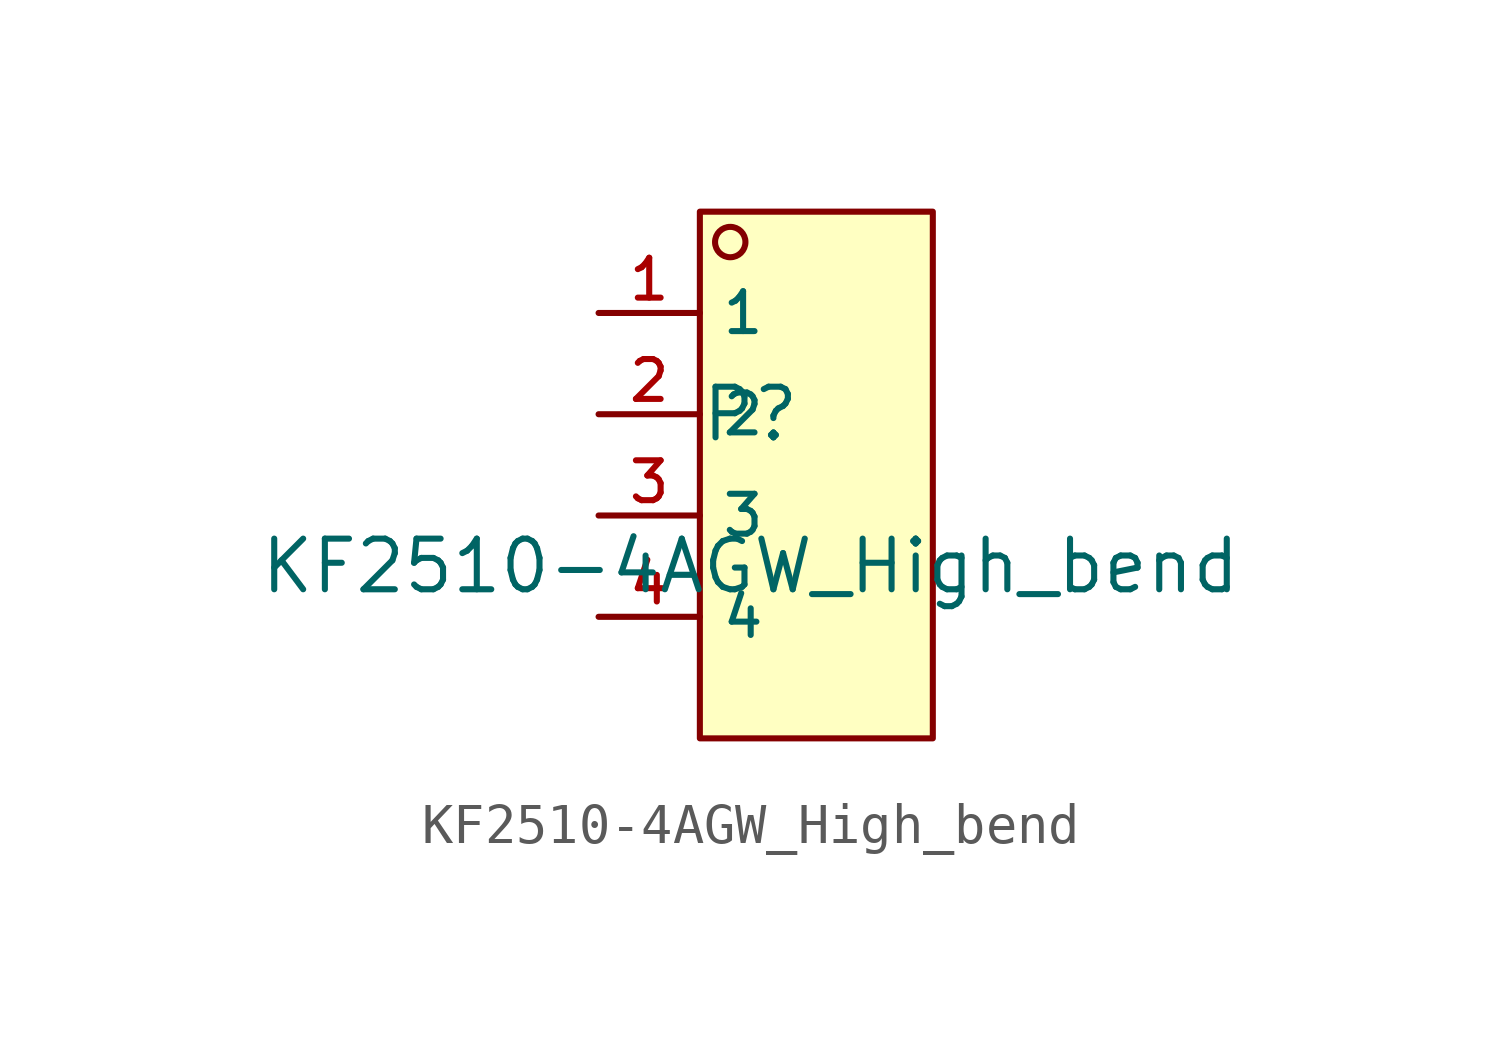
<source format=kicad_sym>
(kicad_symbol_lib
  (version 20210201)
  (generator TousstNicolas/JLC2KiCad_lib)
  (symbol "KF2510-4AGW_High_bend"
    (property "Reference" "P"
      (at 0 1.27 0)
      (effects (font (size 1.27 1.27))))
    (property "Value" "KF2510-4AGW_High_bend"
      (at 0 -2.54 0)
      (effects (font (size 1.27 1.27))))
    (symbol "KF2510-4AGW_High_bend_0_1"
      (rectangle (start -1.27 6.35) (end 4.572 -6.858) (stroke (width 0) (type default) (color 0 0 0 0)) (fill (type background)))
      (circle (center -0.508 5.588) (radius 0.381) (stroke (width 0) (type default) (color 0 0 0 0)) (fill (type background)))
      (pin unspecified line (at -3.81 3.81 0) (length 2.54) (name "1" (effects (font (size 1 1)))) (number "1" (effects (font (size 1 1)))))
      (pin unspecified line (at -3.81 1.27 0) (length 2.54) (name "2" (effects (font (size 1 1)))) (number "2" (effects (font (size 1 1)))))
      (pin unspecified line (at -3.81 -1.27 0) (length 2.54) (name "3" (effects (font (size 1 1)))) (number "3" (effects (font (size 1 1)))))
      (pin unspecified line (at -3.81 -3.81 0) (length 2.54) (name "4" (effects (font (size 1 1)))) (number "4" (effects (font (size 1 1))))))))
</source>
